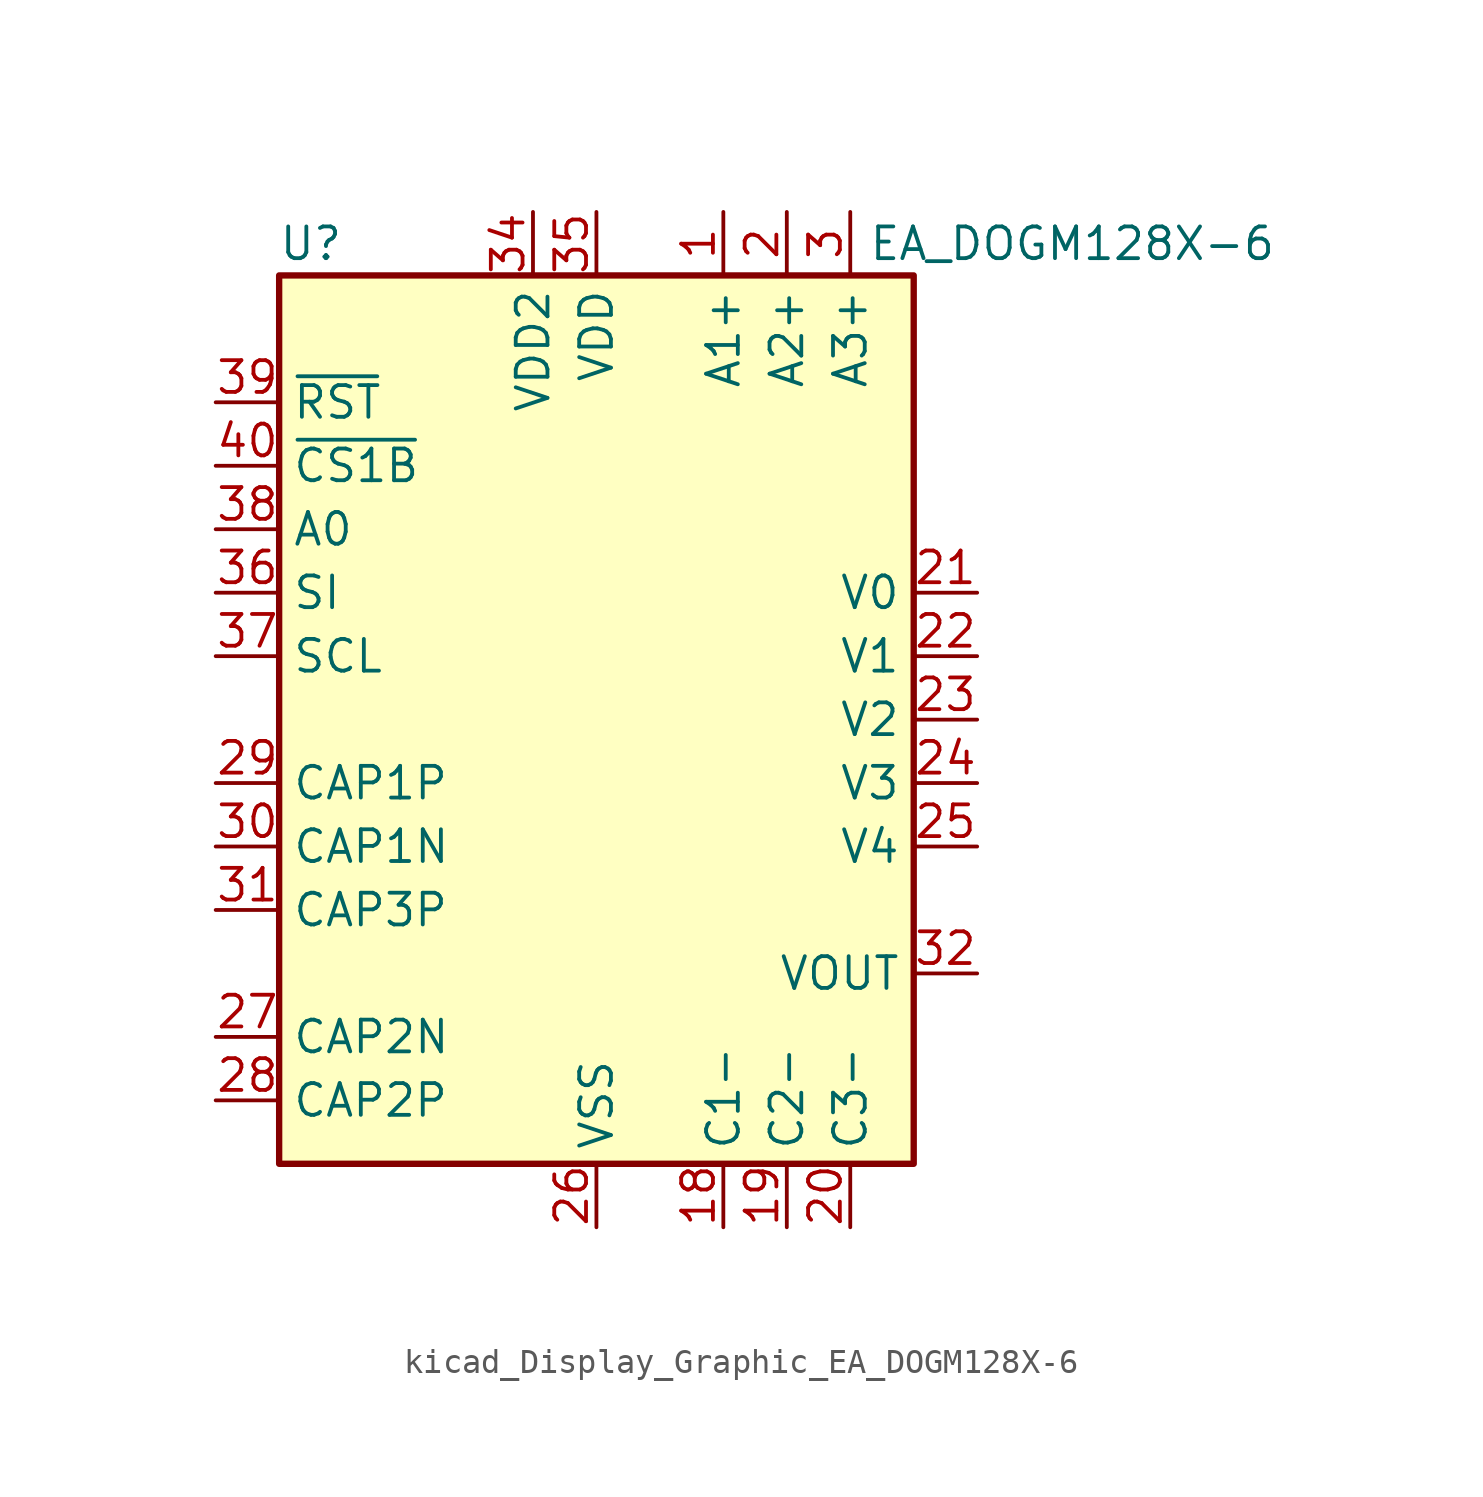
<source format=kicad_sym>
(kicad_symbol_lib
  (version 20220914)
  (generator kicad_symbol_editor)
  (symbol "kicad_Display_Graphic_EA_DOGM128X-6"
    (property "Reference" "U"
      (at -11.43 19.05 0)
      (effects (font (size 1.27 1.27))))
    (property "Value" "EA_DOGM128X-6"
      (at 19.05 19.05 0)
      (effects (font (size 1.27 1.27))))
    (symbol "kicad_Display_Graphic_EA_DOGM128X-6_1_1"
      (rectangle (start -12.7 17.78) (end 12.7 -17.78) (stroke (width 0.254) (type default)) (fill (type background)))
      (pin power_in line (at 5.08 20.32 270) (length 2.54) (name "A1+" (effects (font (size 1.27 1.27)))) (number "1" (effects (font (size 1.27 1.27)))))
      (pin power_in line (at 5.08 -20.32 90) (length 2.54) (name "C1-" (effects (font (size 1.27 1.27)))) (number "18" (effects (font (size 1.27 1.27)))))
      (pin power_in line (at 7.62 -20.32 90) (length 2.54) (name "C2-" (effects (font (size 1.27 1.27)))) (number "19" (effects (font (size 1.27 1.27)))))
      (pin power_in line (at 7.62 20.32 270) (length 2.54) (name "A2+" (effects (font (size 1.27 1.27)))) (number "2" (effects (font (size 1.27 1.27)))))
      (pin power_in line (at 10.16 -20.32 90) (length 2.54) (name "C3-" (effects (font (size 1.27 1.27)))) (number "20" (effects (font (size 1.27 1.27)))))
      (pin passive line (at 15.24 5.08 180) (length 2.54) (name "V0" (effects (font (size 1.27 1.27)))) (number "21" (effects (font (size 1.27 1.27)))))
      (pin passive line (at 15.24 2.54 180) (length 2.54) (name "V1" (effects (font (size 1.27 1.27)))) (number "22" (effects (font (size 1.27 1.27)))))
      (pin passive line (at 15.24 0 180) (length 2.54) (name "V2" (effects (font (size 1.27 1.27)))) (number "23" (effects (font (size 1.27 1.27)))))
      (pin passive line (at 15.24 -2.54 180) (length 2.54) (name "V3" (effects (font (size 1.27 1.27)))) (number "24" (effects (font (size 1.27 1.27)))))
      (pin passive line (at 15.24 -5.08 180) (length 2.54) (name "V4" (effects (font (size 1.27 1.27)))) (number "25" (effects (font (size 1.27 1.27)))))
      (pin power_in line (at 0 -20.32 90) (length 2.54) (name "VSS" (effects (font (size 1.27 1.27)))) (number "26" (effects (font (size 1.27 1.27)))))
      (pin passive line (at -15.24 -12.7 0) (length 2.54) (name "CAP2N" (effects (font (size 1.27 1.27)))) (number "27" (effects (font (size 1.27 1.27)))))
      (pin passive line (at -15.24 -15.24 0) (length 2.54) (name "CAP2P" (effects (font (size 1.27 1.27)))) (number "28" (effects (font (size 1.27 1.27)))))
      (pin passive line (at -15.24 -2.54 0) (length 2.54) (name "CAP1P" (effects (font (size 1.27 1.27)))) (number "29" (effects (font (size 1.27 1.27)))))
      (pin power_in line (at 10.16 20.32 270) (length 2.54) (name "A3+" (effects (font (size 1.27 1.27)))) (number "3" (effects (font (size 1.27 1.27)))))
      (pin passive line (at -15.24 -5.08 0) (length 2.54) (name "CAP1N" (effects (font (size 1.27 1.27)))) (number "30" (effects (font (size 1.27 1.27)))))
      (pin passive line (at -15.24 -7.62 0) (length 2.54) (name "CAP3P" (effects (font (size 1.27 1.27)))) (number "31" (effects (font (size 1.27 1.27)))))
      (pin output line (at 15.24 -10.16 180) (length 2.54) (name "VOUT" (effects (font (size 1.27 1.27)))) (number "32" (effects (font (size 1.27 1.27)))))
      (pin passive line (at 0 -20.32 90) (length 2.54) hide (name "VSS" (effects (font (size 1.27 1.27)))) (number "33" (effects (font (size 1.27 1.27)))))
      (pin power_in line (at -2.54 20.32 270) (length 2.54) (name "VDD2" (effects (font (size 1.27 1.27)))) (number "34" (effects (font (size 1.27 1.27)))))
      (pin power_in line (at 0 20.32 270) (length 2.54) (name "VDD" (effects (font (size 1.27 1.27)))) (number "35" (effects (font (size 1.27 1.27)))))
      (pin input line (at -15.24 5.08 0) (length 2.54) (name "SI" (effects (font (size 1.27 1.27)))) (number "36" (effects (font (size 1.27 1.27)))))
      (pin input line (at -15.24 2.54 0) (length 2.54) (name "SCL" (effects (font (size 1.27 1.27)))) (number "37" (effects (font (size 1.27 1.27)))))
      (pin input line (at -15.24 7.62 0) (length 2.54) (name "A0" (effects (font (size 1.27 1.27)))) (number "38" (effects (font (size 1.27 1.27)))))
      (pin input line (at -15.24 12.7 0) (length 2.54) (name "~{RST}" (effects (font (size 1.27 1.27)))) (number "39" (effects (font (size 1.27 1.27)))))
      (pin input line (at -15.24 10.16 0) (length 2.54) (name "~{CS1B}" (effects (font (size 1.27 1.27)))) (number "40" (effects (font (size 1.27 1.27))))))))
</source>
